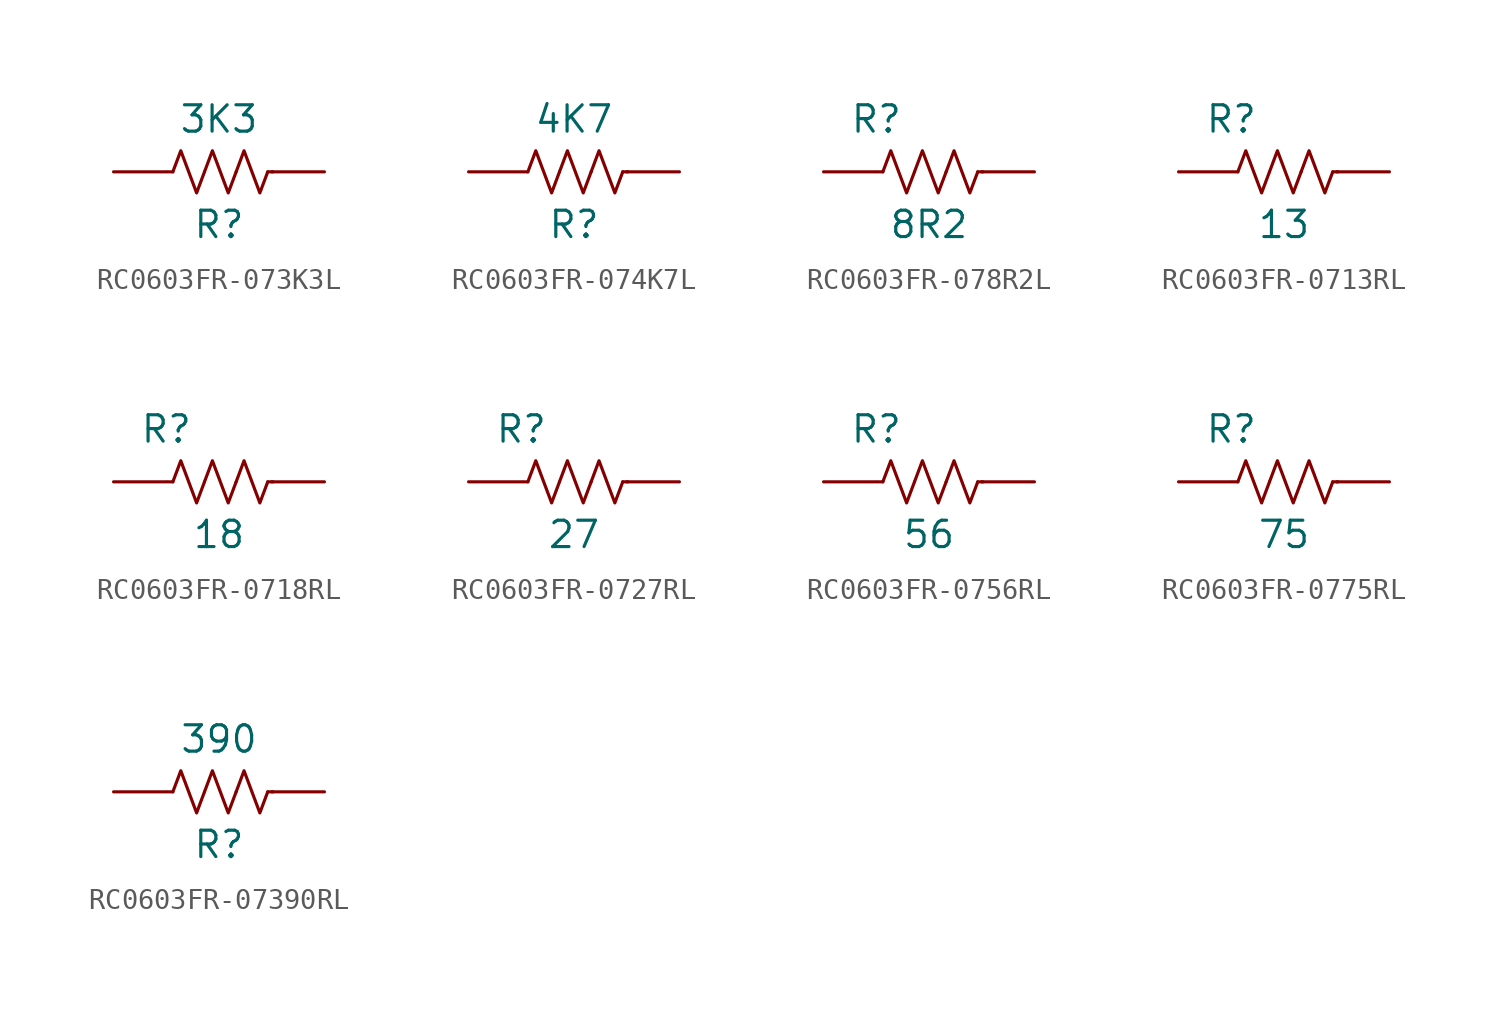
<source format=kicad_sym>
(kicad_symbol_lib
  (version 20220914)
  (generator kicad_symbol_editor)
  (symbol "RC0603FR-073K3L"
    (pin_numbers hide)
    (pin_names
      (offset 1.016))
    (property "Reference" "R"
      (at 0 -2.54 0)
      (effects (font (size 1.27 1.27))))
    (property "Value" "3K3"
      (at 0 2.54 0)
      (effects (font (size 1.27 1.27))))
    (symbol "RC0603FR-073K3L_0_1"
      (polyline (pts (xy -2.223 0) (xy -2.477 0)) (stroke (width 0) (type default)) (fill (type none)))
      (polyline (pts (xy 2.349 0) (xy 2.603 0)) (stroke (width 0) (type default)) (fill (type none)))
      (polyline (pts (xy -2.223 0) (xy -1.841 1.016) (xy -1.46 0) (xy -1.079 -1.016) (xy -0.699 0)) (stroke (width 0) (type default)) (fill (type none)))
      (polyline (pts (xy -0.699 0) (xy -0.318 1.016) (xy 0.064 0) (xy 0.445 -1.016) (xy 0.826 0)) (stroke (width 0) (type default)) (fill (type none)))
      (polyline (pts (xy 0.826 0) (xy 1.206 1.016) (xy 1.587 0) (xy 1.968 -1.016) (xy 2.349 0)) (stroke (width 0) (type default)) (fill (type none))))
    (symbol "RC0603FR-073K3L_1_1"
      (pin passive line (at -5.08 0 0) (length 2.54) (name "~" (effects (font (size 1.27 1.27)))) (number "1" (effects (font (size 1.27 1.27)))))
      (pin passive line (at 5.08 0 180) (length 2.54) (name "~" (effects (font (size 1.27 1.27)))) (number "2" (effects (font (size 1.27 1.27)))))))
  (symbol "RC0603FR-074K7L"
    (pin_numbers hide)
    (pin_names
      (offset 1.016))
    (property "Reference" "R"
      (at 0 -2.54 0)
      (effects (font (size 1.27 1.27))))
    (property "Value" "4K7"
      (at 0 2.54 0)
      (effects (font (size 1.27 1.27))))
    (symbol "RC0603FR-074K7L_0_1"
      (polyline (pts (xy -2.223 0) (xy -2.477 0)) (stroke (width 0) (type default)) (fill (type none)))
      (polyline (pts (xy 2.349 0) (xy 2.603 0)) (stroke (width 0) (type default)) (fill (type none)))
      (polyline (pts (xy -2.223 0) (xy -1.841 1.016) (xy -1.46 0) (xy -1.079 -1.016) (xy -0.699 0)) (stroke (width 0) (type default)) (fill (type none)))
      (polyline (pts (xy -0.699 0) (xy -0.318 1.016) (xy 0.064 0) (xy 0.445 -1.016) (xy 0.826 0)) (stroke (width 0) (type default)) (fill (type none)))
      (polyline (pts (xy 0.826 0) (xy 1.206 1.016) (xy 1.587 0) (xy 1.968 -1.016) (xy 2.349 0)) (stroke (width 0) (type default)) (fill (type none))))
    (symbol "RC0603FR-074K7L_1_1"
      (pin passive line (at -5.08 0 0) (length 2.54) (name "~" (effects (font (size 1.27 1.27)))) (number "1" (effects (font (size 1.27 1.27)))))
      (pin passive line (at 5.08 0 180) (length 2.54) (name "~" (effects (font (size 1.27 1.27)))) (number "2" (effects (font (size 1.27 1.27)))))))
  (symbol "RC0603FR-078R2L"
    (pin_numbers hide)
    (pin_names
      (offset 1.016))
    (property "Reference" "R"
      (at -2.54 2.54 0)
      (effects (font (size 1.27 1.27))))
    (property "Value" "8R2"
      (at 0 -2.54 0)
      (effects (font (size 1.27 1.27))))
    (symbol "RC0603FR-078R2L_0_1"
      (polyline (pts (xy -2.223 0) (xy -2.477 0)) (stroke (width 0) (type default)) (fill (type none)))
      (polyline (pts (xy 2.349 0) (xy 2.603 0)) (stroke (width 0) (type default)) (fill (type none)))
      (polyline (pts (xy -2.223 0) (xy -1.841 1.016) (xy -1.46 0) (xy -1.079 -1.016) (xy -0.699 0)) (stroke (width 0) (type default)) (fill (type none)))
      (polyline (pts (xy -0.699 0) (xy -0.318 1.016) (xy 0.064 0) (xy 0.445 -1.016) (xy 0.826 0)) (stroke (width 0) (type default)) (fill (type none)))
      (polyline (pts (xy 0.826 0) (xy 1.206 1.016) (xy 1.587 0) (xy 1.968 -1.016) (xy 2.349 0)) (stroke (width 0) (type default)) (fill (type none))))
    (symbol "RC0603FR-078R2L_1_1"
      (pin passive line (at -5.08 0 0) (length 2.54) (name "~" (effects (font (size 1.27 1.27)))) (number "1" (effects (font (size 1.27 1.27)))))
      (pin passive line (at 5.08 0 180) (length 2.54) (name "~" (effects (font (size 1.27 1.27)))) (number "2" (effects (font (size 1.27 1.27)))))))
  (symbol "RC0603FR-0713RL"
    (pin_numbers hide)
    (pin_names
      (offset 1.016))
    (property "Reference" "R"
      (at -2.54 2.54 0)
      (effects (font (size 1.27 1.27))))
    (property "Value" "13"
      (at 0 -2.54 0)
      (effects (font (size 1.27 1.27))))
    (symbol "RC0603FR-0713RL_0_1"
      (polyline (pts (xy -2.223 0) (xy -2.477 0)) (stroke (width 0) (type default)) (fill (type none)))
      (polyline (pts (xy 2.349 0) (xy 2.603 0)) (stroke (width 0) (type default)) (fill (type none)))
      (polyline (pts (xy -2.223 0) (xy -1.841 1.016) (xy -1.46 0) (xy -1.079 -1.016) (xy -0.699 0)) (stroke (width 0) (type default)) (fill (type none)))
      (polyline (pts (xy -0.699 0) (xy -0.318 1.016) (xy 0.064 0) (xy 0.445 -1.016) (xy 0.826 0)) (stroke (width 0) (type default)) (fill (type none)))
      (polyline (pts (xy 0.826 0) (xy 1.206 1.016) (xy 1.587 0) (xy 1.968 -1.016) (xy 2.349 0)) (stroke (width 0) (type default)) (fill (type none))))
    (symbol "RC0603FR-0713RL_1_1"
      (pin passive line (at -5.08 0 0) (length 2.54) (name "~" (effects (font (size 1.27 1.27)))) (number "1" (effects (font (size 1.27 1.27)))))
      (pin passive line (at 5.08 0 180) (length 2.54) (name "~" (effects (font (size 1.27 1.27)))) (number "2" (effects (font (size 1.27 1.27)))))))
  (symbol "RC0603FR-0718RL"
    (pin_numbers hide)
    (pin_names
      (offset 1.016))
    (property "Reference" "R"
      (at -2.54 2.54 0)
      (effects (font (size 1.27 1.27))))
    (property "Value" "18"
      (at 0 -2.54 0)
      (effects (font (size 1.27 1.27))))
    (symbol "RC0603FR-0718RL_0_1"
      (polyline (pts (xy -2.223 0) (xy -2.477 0)) (stroke (width 0) (type default)) (fill (type none)))
      (polyline (pts (xy 2.349 0) (xy 2.603 0)) (stroke (width 0) (type default)) (fill (type none)))
      (polyline (pts (xy -2.223 0) (xy -1.841 1.016) (xy -1.46 0) (xy -1.079 -1.016) (xy -0.699 0)) (stroke (width 0) (type default)) (fill (type none)))
      (polyline (pts (xy -0.699 0) (xy -0.318 1.016) (xy 0.064 0) (xy 0.445 -1.016) (xy 0.826 0)) (stroke (width 0) (type default)) (fill (type none)))
      (polyline (pts (xy 0.826 0) (xy 1.206 1.016) (xy 1.587 0) (xy 1.968 -1.016) (xy 2.349 0)) (stroke (width 0) (type default)) (fill (type none))))
    (symbol "RC0603FR-0718RL_1_1"
      (pin passive line (at -5.08 0 0) (length 2.54) (name "~" (effects (font (size 1.27 1.27)))) (number "1" (effects (font (size 1.27 1.27)))))
      (pin passive line (at 5.08 0 180) (length 2.54) (name "~" (effects (font (size 1.27 1.27)))) (number "2" (effects (font (size 1.27 1.27)))))))
  (symbol "RC0603FR-0727RL"
    (pin_numbers hide)
    (pin_names
      (offset 1.016))
    (property "Reference" "R"
      (at -2.54 2.54 0)
      (effects (font (size 1.27 1.27))))
    (property "Value" "27"
      (at 0 -2.54 0)
      (effects (font (size 1.27 1.27))))
    (symbol "RC0603FR-0727RL_0_1"
      (polyline (pts (xy -2.223 0) (xy -2.477 0)) (stroke (width 0) (type default)) (fill (type none)))
      (polyline (pts (xy 2.349 0) (xy 2.603 0)) (stroke (width 0) (type default)) (fill (type none)))
      (polyline (pts (xy -2.223 0) (xy -1.841 1.016) (xy -1.46 0) (xy -1.079 -1.016) (xy -0.699 0)) (stroke (width 0) (type default)) (fill (type none)))
      (polyline (pts (xy -0.699 0) (xy -0.318 1.016) (xy 0.064 0) (xy 0.445 -1.016) (xy 0.826 0)) (stroke (width 0) (type default)) (fill (type none)))
      (polyline (pts (xy 0.826 0) (xy 1.206 1.016) (xy 1.587 0) (xy 1.968 -1.016) (xy 2.349 0)) (stroke (width 0) (type default)) (fill (type none))))
    (symbol "RC0603FR-0727RL_1_1"
      (pin passive line (at -5.08 0 0) (length 2.54) (name "~" (effects (font (size 1.27 1.27)))) (number "1" (effects (font (size 1.27 1.27)))))
      (pin passive line (at 5.08 0 180) (length 2.54) (name "~" (effects (font (size 1.27 1.27)))) (number "2" (effects (font (size 1.27 1.27)))))))
  (symbol "RC0603FR-0756RL"
    (pin_numbers hide)
    (pin_names
      (offset 1.016))
    (property "Reference" "R"
      (at -2.54 2.54 0)
      (effects (font (size 1.27 1.27))))
    (property "Value" "56"
      (at 0 -2.54 0)
      (effects (font (size 1.27 1.27))))
    (symbol "RC0603FR-0756RL_0_1"
      (polyline (pts (xy -2.223 0) (xy -2.477 0)) (stroke (width 0) (type default)) (fill (type none)))
      (polyline (pts (xy 2.349 0) (xy 2.603 0)) (stroke (width 0) (type default)) (fill (type none)))
      (polyline (pts (xy -2.223 0) (xy -1.841 1.016) (xy -1.46 0) (xy -1.079 -1.016) (xy -0.699 0)) (stroke (width 0) (type default)) (fill (type none)))
      (polyline (pts (xy -0.699 0) (xy -0.318 1.016) (xy 0.064 0) (xy 0.445 -1.016) (xy 0.826 0)) (stroke (width 0) (type default)) (fill (type none)))
      (polyline (pts (xy 0.826 0) (xy 1.206 1.016) (xy 1.587 0) (xy 1.968 -1.016) (xy 2.349 0)) (stroke (width 0) (type default)) (fill (type none))))
    (symbol "RC0603FR-0756RL_1_1"
      (pin passive line (at -5.08 0 0) (length 2.54) (name "~" (effects (font (size 1.27 1.27)))) (number "1" (effects (font (size 1.27 1.27)))))
      (pin passive line (at 5.08 0 180) (length 2.54) (name "~" (effects (font (size 1.27 1.27)))) (number "2" (effects (font (size 1.27 1.27)))))))
  (symbol "RC0603FR-0775RL"
    (pin_numbers hide)
    (pin_names
      (offset 1.016))
    (property "Reference" "R"
      (at -2.54 2.54 0)
      (effects (font (size 1.27 1.27))))
    (property "Value" "75"
      (at 0 -2.54 0)
      (effects (font (size 1.27 1.27))))
    (symbol "RC0603FR-0775RL_0_1"
      (polyline (pts (xy -2.223 0) (xy -2.477 0)) (stroke (width 0) (type default)) (fill (type none)))
      (polyline (pts (xy 2.349 0) (xy 2.603 0)) (stroke (width 0) (type default)) (fill (type none)))
      (polyline (pts (xy -2.223 0) (xy -1.841 1.016) (xy -1.46 0) (xy -1.079 -1.016) (xy -0.699 0)) (stroke (width 0) (type default)) (fill (type none)))
      (polyline (pts (xy -0.699 0) (xy -0.318 1.016) (xy 0.064 0) (xy 0.445 -1.016) (xy 0.826 0)) (stroke (width 0) (type default)) (fill (type none)))
      (polyline (pts (xy 0.826 0) (xy 1.206 1.016) (xy 1.587 0) (xy 1.968 -1.016) (xy 2.349 0)) (stroke (width 0) (type default)) (fill (type none))))
    (symbol "RC0603FR-0775RL_1_1"
      (pin passive line (at -5.08 0 0) (length 2.54) (name "~" (effects (font (size 1.27 1.27)))) (number "1" (effects (font (size 1.27 1.27)))))
      (pin passive line (at 5.08 0 180) (length 2.54) (name "~" (effects (font (size 1.27 1.27)))) (number "2" (effects (font (size 1.27 1.27)))))))
  (symbol "RC0603FR-07390RL"
    (pin_numbers hide)
    (pin_names
      (offset 1.016))
    (property "Reference" "R"
      (at 0 -2.54 0)
      (effects (font (size 1.27 1.27))))
    (property "Value" "390"
      (at 0 2.54 0)
      (effects (font (size 1.27 1.27))))
    (symbol "RC0603FR-07390RL_0_1"
      (polyline (pts (xy -2.223 0) (xy -2.477 0)) (stroke (width 0) (type default)) (fill (type none)))
      (polyline (pts (xy 2.349 0) (xy 2.603 0)) (stroke (width 0) (type default)) (fill (type none)))
      (polyline (pts (xy -2.223 0) (xy -1.841 1.016) (xy -1.46 0) (xy -1.079 -1.016) (xy -0.699 0)) (stroke (width 0) (type default)) (fill (type none)))
      (polyline (pts (xy -0.699 0) (xy -0.318 1.016) (xy 0.064 0) (xy 0.445 -1.016) (xy 0.826 0)) (stroke (width 0) (type default)) (fill (type none)))
      (polyline (pts (xy 0.826 0) (xy 1.206 1.016) (xy 1.587 0) (xy 1.968 -1.016) (xy 2.349 0)) (stroke (width 0) (type default)) (fill (type none))))
    (symbol "RC0603FR-07390RL_1_1"
      (pin passive line (at -5.08 0 0) (length 2.54) (name "~" (effects (font (size 1.27 1.27)))) (number "1" (effects (font (size 1.27 1.27)))))
      (pin passive line (at 5.08 0 180) (length 2.54) (name "~" (effects (font (size 1.27 1.27)))) (number "2" (effects (font (size 1.27 1.27))))))))
</source>
